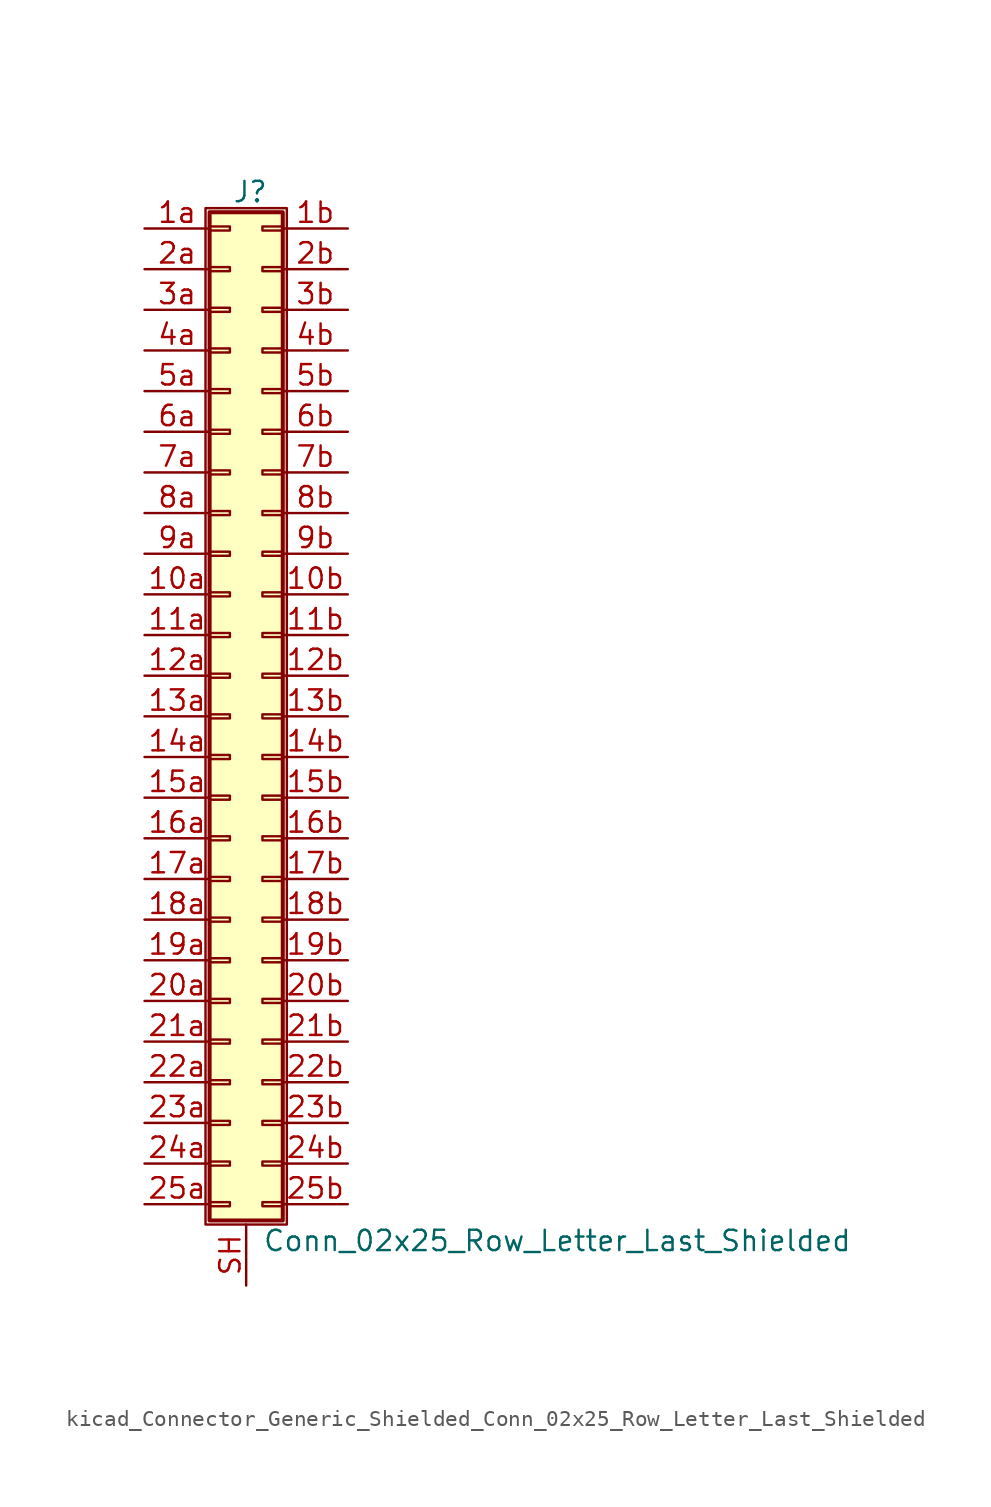
<source format=kicad_sym>
(kicad_symbol_lib
  (version 20220914)
  (generator kicad_symbol_editor)
  (symbol "kicad_Connector_Generic_Shielded_Conn_02x25_Row_Letter_Last_Shielded"
    (pin_names
      (offset 1.016) hide)
    (property "Reference" "J"
      (at 1.524 32.766 0)
      (effects (font (size 1.27 1.27))))
    (property "Value" "Conn_02x25_Row_Letter_Last_Shielded"
      (at 2.286 -32.766 0)
      (effects (font (size 1.27 1.27)) (justify left)))
    (symbol "kicad_Connector_Generic_Shielded_Conn_02x25_Row_Letter_Last_Shielded_1_1"
      (rectangle (start -1.27 31.75) (end 3.81 -31.75) (stroke (width 0.152) (type default)) (fill (type none)))
      (rectangle (start -1.016 -30.353) (end 0.254 -30.607) (stroke (width 0.152) (type default)) (fill (type none)))
      (rectangle (start -1.016 -27.813) (end 0.254 -28.067) (stroke (width 0.152) (type default)) (fill (type none)))
      (rectangle (start -1.016 -25.273) (end 0.254 -25.527) (stroke (width 0.152) (type default)) (fill (type none)))
      (rectangle (start -1.016 -22.733) (end 0.254 -22.987) (stroke (width 0.152) (type default)) (fill (type none)))
      (rectangle (start -1.016 -20.193) (end 0.254 -20.447) (stroke (width 0.152) (type default)) (fill (type none)))
      (rectangle (start -1.016 -17.653) (end 0.254 -17.907) (stroke (width 0.152) (type default)) (fill (type none)))
      (rectangle (start -1.016 -15.113) (end 0.254 -15.367) (stroke (width 0.152) (type default)) (fill (type none)))
      (rectangle (start -1.016 -12.573) (end 0.254 -12.827) (stroke (width 0.152) (type default)) (fill (type none)))
      (rectangle (start -1.016 -10.033) (end 0.254 -10.287) (stroke (width 0.152) (type default)) (fill (type none)))
      (rectangle (start -1.016 -7.493) (end 0.254 -7.747) (stroke (width 0.152) (type default)) (fill (type none)))
      (rectangle (start -1.016 -4.953) (end 0.254 -5.207) (stroke (width 0.152) (type default)) (fill (type none)))
      (rectangle (start -1.016 -2.413) (end 0.254 -2.667) (stroke (width 0.152) (type default)) (fill (type none)))
      (rectangle (start -1.016 0.127) (end 0.254 -0.127) (stroke (width 0.152) (type default)) (fill (type none)))
      (rectangle (start -1.016 2.667) (end 0.254 2.413) (stroke (width 0.152) (type default)) (fill (type none)))
      (rectangle (start -1.016 5.207) (end 0.254 4.953) (stroke (width 0.152) (type default)) (fill (type none)))
      (rectangle (start -1.016 7.747) (end 0.254 7.493) (stroke (width 0.152) (type default)) (fill (type none)))
      (rectangle (start -1.016 10.287) (end 0.254 10.033) (stroke (width 0.152) (type default)) (fill (type none)))
      (rectangle (start -1.016 12.827) (end 0.254 12.573) (stroke (width 0.152) (type default)) (fill (type none)))
      (rectangle (start -1.016 15.367) (end 0.254 15.113) (stroke (width 0.152) (type default)) (fill (type none)))
      (rectangle (start -1.016 17.907) (end 0.254 17.653) (stroke (width 0.152) (type default)) (fill (type none)))
      (rectangle (start -1.016 20.447) (end 0.254 20.193) (stroke (width 0.152) (type default)) (fill (type none)))
      (rectangle (start -1.016 22.987) (end 0.254 22.733) (stroke (width 0.152) (type default)) (fill (type none)))
      (rectangle (start -1.016 25.527) (end 0.254 25.273) (stroke (width 0.152) (type default)) (fill (type none)))
      (rectangle (start -1.016 28.067) (end 0.254 27.813) (stroke (width 0.152) (type default)) (fill (type none)))
      (rectangle (start -1.016 30.607) (end 0.254 30.353) (stroke (width 0.152) (type default)) (fill (type none)))
      (rectangle (start -1.016 31.496) (end 3.556 -31.496) (stroke (width 0.254) (type default)) (fill (type background)))
      (rectangle (start 3.556 -30.353) (end 2.286 -30.607) (stroke (width 0.152) (type default)) (fill (type none)))
      (rectangle (start 3.556 -27.813) (end 2.286 -28.067) (stroke (width 0.152) (type default)) (fill (type none)))
      (rectangle (start 3.556 -25.273) (end 2.286 -25.527) (stroke (width 0.152) (type default)) (fill (type none)))
      (rectangle (start 3.556 -22.733) (end 2.286 -22.987) (stroke (width 0.152) (type default)) (fill (type none)))
      (rectangle (start 3.556 -20.193) (end 2.286 -20.447) (stroke (width 0.152) (type default)) (fill (type none)))
      (rectangle (start 3.556 -17.653) (end 2.286 -17.907) (stroke (width 0.152) (type default)) (fill (type none)))
      (rectangle (start 3.556 -15.113) (end 2.286 -15.367) (stroke (width 0.152) (type default)) (fill (type none)))
      (rectangle (start 3.556 -12.573) (end 2.286 -12.827) (stroke (width 0.152) (type default)) (fill (type none)))
      (rectangle (start 3.556 -10.033) (end 2.286 -10.287) (stroke (width 0.152) (type default)) (fill (type none)))
      (rectangle (start 3.556 -7.493) (end 2.286 -7.747) (stroke (width 0.152) (type default)) (fill (type none)))
      (rectangle (start 3.556 -4.953) (end 2.286 -5.207) (stroke (width 0.152) (type default)) (fill (type none)))
      (rectangle (start 3.556 -2.413) (end 2.286 -2.667) (stroke (width 0.152) (type default)) (fill (type none)))
      (rectangle (start 3.556 0.127) (end 2.286 -0.127) (stroke (width 0.152) (type default)) (fill (type none)))
      (rectangle (start 3.556 2.667) (end 2.286 2.413) (stroke (width 0.152) (type default)) (fill (type none)))
      (rectangle (start 3.556 5.207) (end 2.286 4.953) (stroke (width 0.152) (type default)) (fill (type none)))
      (rectangle (start 3.556 7.747) (end 2.286 7.493) (stroke (width 0.152) (type default)) (fill (type none)))
      (rectangle (start 3.556 10.287) (end 2.286 10.033) (stroke (width 0.152) (type default)) (fill (type none)))
      (rectangle (start 3.556 12.827) (end 2.286 12.573) (stroke (width 0.152) (type default)) (fill (type none)))
      (rectangle (start 3.556 15.367) (end 2.286 15.113) (stroke (width 0.152) (type default)) (fill (type none)))
      (rectangle (start 3.556 17.907) (end 2.286 17.653) (stroke (width 0.152) (type default)) (fill (type none)))
      (rectangle (start 3.556 20.447) (end 2.286 20.193) (stroke (width 0.152) (type default)) (fill (type none)))
      (rectangle (start 3.556 22.987) (end 2.286 22.733) (stroke (width 0.152) (type default)) (fill (type none)))
      (rectangle (start 3.556 25.527) (end 2.286 25.273) (stroke (width 0.152) (type default)) (fill (type none)))
      (rectangle (start 3.556 28.067) (end 2.286 27.813) (stroke (width 0.152) (type default)) (fill (type none)))
      (rectangle (start 3.556 30.607) (end 2.286 30.353) (stroke (width 0.152) (type default)) (fill (type none)))
      (pin passive line (at -5.08 7.62 0) (length 4.064) (name "Pin_10a" (effects (font (size 1.27 1.27)))) (number "10a" (effects (font (size 1.27 1.27)))))
      (pin passive line (at 7.62 7.62 180) (length 4.064) (name "Pin_10b" (effects (font (size 1.27 1.27)))) (number "10b" (effects (font (size 1.27 1.27)))))
      (pin passive line (at -5.08 5.08 0) (length 4.064) (name "Pin_11a" (effects (font (size 1.27 1.27)))) (number "11a" (effects (font (size 1.27 1.27)))))
      (pin passive line (at 7.62 5.08 180) (length 4.064) (name "Pin_11b" (effects (font (size 1.27 1.27)))) (number "11b" (effects (font (size 1.27 1.27)))))
      (pin passive line (at -5.08 2.54 0) (length 4.064) (name "Pin_12a" (effects (font (size 1.27 1.27)))) (number "12a" (effects (font (size 1.27 1.27)))))
      (pin passive line (at 7.62 2.54 180) (length 4.064) (name "Pin_12b" (effects (font (size 1.27 1.27)))) (number "12b" (effects (font (size 1.27 1.27)))))
      (pin passive line (at -5.08 0 0) (length 4.064) (name "Pin_13a" (effects (font (size 1.27 1.27)))) (number "13a" (effects (font (size 1.27 1.27)))))
      (pin passive line (at 7.62 0 180) (length 4.064) (name "Pin_13b" (effects (font (size 1.27 1.27)))) (number "13b" (effects (font (size 1.27 1.27)))))
      (pin passive line (at -5.08 -2.54 0) (length 4.064) (name "Pin_14a" (effects (font (size 1.27 1.27)))) (number "14a" (effects (font (size 1.27 1.27)))))
      (pin passive line (at 7.62 -2.54 180) (length 4.064) (name "Pin_14b" (effects (font (size 1.27 1.27)))) (number "14b" (effects (font (size 1.27 1.27)))))
      (pin passive line (at -5.08 -5.08 0) (length 4.064) (name "Pin_15a" (effects (font (size 1.27 1.27)))) (number "15a" (effects (font (size 1.27 1.27)))))
      (pin passive line (at 7.62 -5.08 180) (length 4.064) (name "Pin_15b" (effects (font (size 1.27 1.27)))) (number "15b" (effects (font (size 1.27 1.27)))))
      (pin passive line (at -5.08 -7.62 0) (length 4.064) (name "Pin_16a" (effects (font (size 1.27 1.27)))) (number "16a" (effects (font (size 1.27 1.27)))))
      (pin passive line (at 7.62 -7.62 180) (length 4.064) (name "Pin_16b" (effects (font (size 1.27 1.27)))) (number "16b" (effects (font (size 1.27 1.27)))))
      (pin passive line (at -5.08 -10.16 0) (length 4.064) (name "Pin_17a" (effects (font (size 1.27 1.27)))) (number "17a" (effects (font (size 1.27 1.27)))))
      (pin passive line (at 7.62 -10.16 180) (length 4.064) (name "Pin_17b" (effects (font (size 1.27 1.27)))) (number "17b" (effects (font (size 1.27 1.27)))))
      (pin passive line (at -5.08 -12.7 0) (length 4.064) (name "Pin_18a" (effects (font (size 1.27 1.27)))) (number "18a" (effects (font (size 1.27 1.27)))))
      (pin passive line (at 7.62 -12.7 180) (length 4.064) (name "Pin_18b" (effects (font (size 1.27 1.27)))) (number "18b" (effects (font (size 1.27 1.27)))))
      (pin passive line (at -5.08 -15.24 0) (length 4.064) (name "Pin_19a" (effects (font (size 1.27 1.27)))) (number "19a" (effects (font (size 1.27 1.27)))))
      (pin passive line (at 7.62 -15.24 180) (length 4.064) (name "Pin_19b" (effects (font (size 1.27 1.27)))) (number "19b" (effects (font (size 1.27 1.27)))))
      (pin passive line (at -5.08 30.48 0) (length 4.064) (name "Pin_1a" (effects (font (size 1.27 1.27)))) (number "1a" (effects (font (size 1.27 1.27)))))
      (pin passive line (at 7.62 30.48 180) (length 4.064) (name "Pin_1b" (effects (font (size 1.27 1.27)))) (number "1b" (effects (font (size 1.27 1.27)))))
      (pin passive line (at -5.08 -17.78 0) (length 4.064) (name "Pin_20a" (effects (font (size 1.27 1.27)))) (number "20a" (effects (font (size 1.27 1.27)))))
      (pin passive line (at 7.62 -17.78 180) (length 4.064) (name "Pin_20b" (effects (font (size 1.27 1.27)))) (number "20b" (effects (font (size 1.27 1.27)))))
      (pin passive line (at -5.08 -20.32 0) (length 4.064) (name "Pin_21a" (effects (font (size 1.27 1.27)))) (number "21a" (effects (font (size 1.27 1.27)))))
      (pin passive line (at 7.62 -20.32 180) (length 4.064) (name "Pin_21b" (effects (font (size 1.27 1.27)))) (number "21b" (effects (font (size 1.27 1.27)))))
      (pin passive line (at -5.08 -22.86 0) (length 4.064) (name "Pin_22a" (effects (font (size 1.27 1.27)))) (number "22a" (effects (font (size 1.27 1.27)))))
      (pin passive line (at 7.62 -22.86 180) (length 4.064) (name "Pin_22b" (effects (font (size 1.27 1.27)))) (number "22b" (effects (font (size 1.27 1.27)))))
      (pin passive line (at -5.08 -25.4 0) (length 4.064) (name "Pin_23a" (effects (font (size 1.27 1.27)))) (number "23a" (effects (font (size 1.27 1.27)))))
      (pin passive line (at 7.62 -25.4 180) (length 4.064) (name "Pin_23b" (effects (font (size 1.27 1.27)))) (number "23b" (effects (font (size 1.27 1.27)))))
      (pin passive line (at -5.08 -27.94 0) (length 4.064) (name "Pin_24a" (effects (font (size 1.27 1.27)))) (number "24a" (effects (font (size 1.27 1.27)))))
      (pin passive line (at 7.62 -27.94 180) (length 4.064) (name "Pin_24b" (effects (font (size 1.27 1.27)))) (number "24b" (effects (font (size 1.27 1.27)))))
      (pin passive line (at -5.08 -30.48 0) (length 4.064) (name "Pin_25a" (effects (font (size 1.27 1.27)))) (number "25a" (effects (font (size 1.27 1.27)))))
      (pin passive line (at 7.62 -30.48 180) (length 4.064) (name "Pin_25b" (effects (font (size 1.27 1.27)))) (number "25b" (effects (font (size 1.27 1.27)))))
      (pin passive line (at -5.08 27.94 0) (length 4.064) (name "Pin_2a" (effects (font (size 1.27 1.27)))) (number "2a" (effects (font (size 1.27 1.27)))))
      (pin passive line (at 7.62 27.94 180) (length 4.064) (name "Pin_2b" (effects (font (size 1.27 1.27)))) (number "2b" (effects (font (size 1.27 1.27)))))
      (pin passive line (at -5.08 25.4 0) (length 4.064) (name "Pin_3a" (effects (font (size 1.27 1.27)))) (number "3a" (effects (font (size 1.27 1.27)))))
      (pin passive line (at 7.62 25.4 180) (length 4.064) (name "Pin_3b" (effects (font (size 1.27 1.27)))) (number "3b" (effects (font (size 1.27 1.27)))))
      (pin passive line (at -5.08 22.86 0) (length 4.064) (name "Pin_4a" (effects (font (size 1.27 1.27)))) (number "4a" (effects (font (size 1.27 1.27)))))
      (pin passive line (at 7.62 22.86 180) (length 4.064) (name "Pin_4b" (effects (font (size 1.27 1.27)))) (number "4b" (effects (font (size 1.27 1.27)))))
      (pin passive line (at -5.08 20.32 0) (length 4.064) (name "Pin_5a" (effects (font (size 1.27 1.27)))) (number "5a" (effects (font (size 1.27 1.27)))))
      (pin passive line (at 7.62 20.32 180) (length 4.064) (name "Pin_5b" (effects (font (size 1.27 1.27)))) (number "5b" (effects (font (size 1.27 1.27)))))
      (pin passive line (at -5.08 17.78 0) (length 4.064) (name "Pin_6a" (effects (font (size 1.27 1.27)))) (number "6a" (effects (font (size 1.27 1.27)))))
      (pin passive line (at 7.62 17.78 180) (length 4.064) (name "Pin_6b" (effects (font (size 1.27 1.27)))) (number "6b" (effects (font (size 1.27 1.27)))))
      (pin passive line (at -5.08 15.24 0) (length 4.064) (name "Pin_7a" (effects (font (size 1.27 1.27)))) (number "7a" (effects (font (size 1.27 1.27)))))
      (pin passive line (at 7.62 15.24 180) (length 4.064) (name "Pin_7b" (effects (font (size 1.27 1.27)))) (number "7b" (effects (font (size 1.27 1.27)))))
      (pin passive line (at -5.08 12.7 0) (length 4.064) (name "Pin_8a" (effects (font (size 1.27 1.27)))) (number "8a" (effects (font (size 1.27 1.27)))))
      (pin passive line (at 7.62 12.7 180) (length 4.064) (name "Pin_8b" (effects (font (size 1.27 1.27)))) (number "8b" (effects (font (size 1.27 1.27)))))
      (pin passive line (at -5.08 10.16 0) (length 4.064) (name "Pin_9a" (effects (font (size 1.27 1.27)))) (number "9a" (effects (font (size 1.27 1.27)))))
      (pin passive line (at 7.62 10.16 180) (length 4.064) (name "Pin_9b" (effects (font (size 1.27 1.27)))) (number "9b" (effects (font (size 1.27 1.27)))))
      (pin passive line (at 1.27 -35.56 90) (length 3.81) (name "Shield" (effects (font (size 1.27 1.27)))) (number "SH" (effects (font (size 1.27 1.27))))))))
</source>
